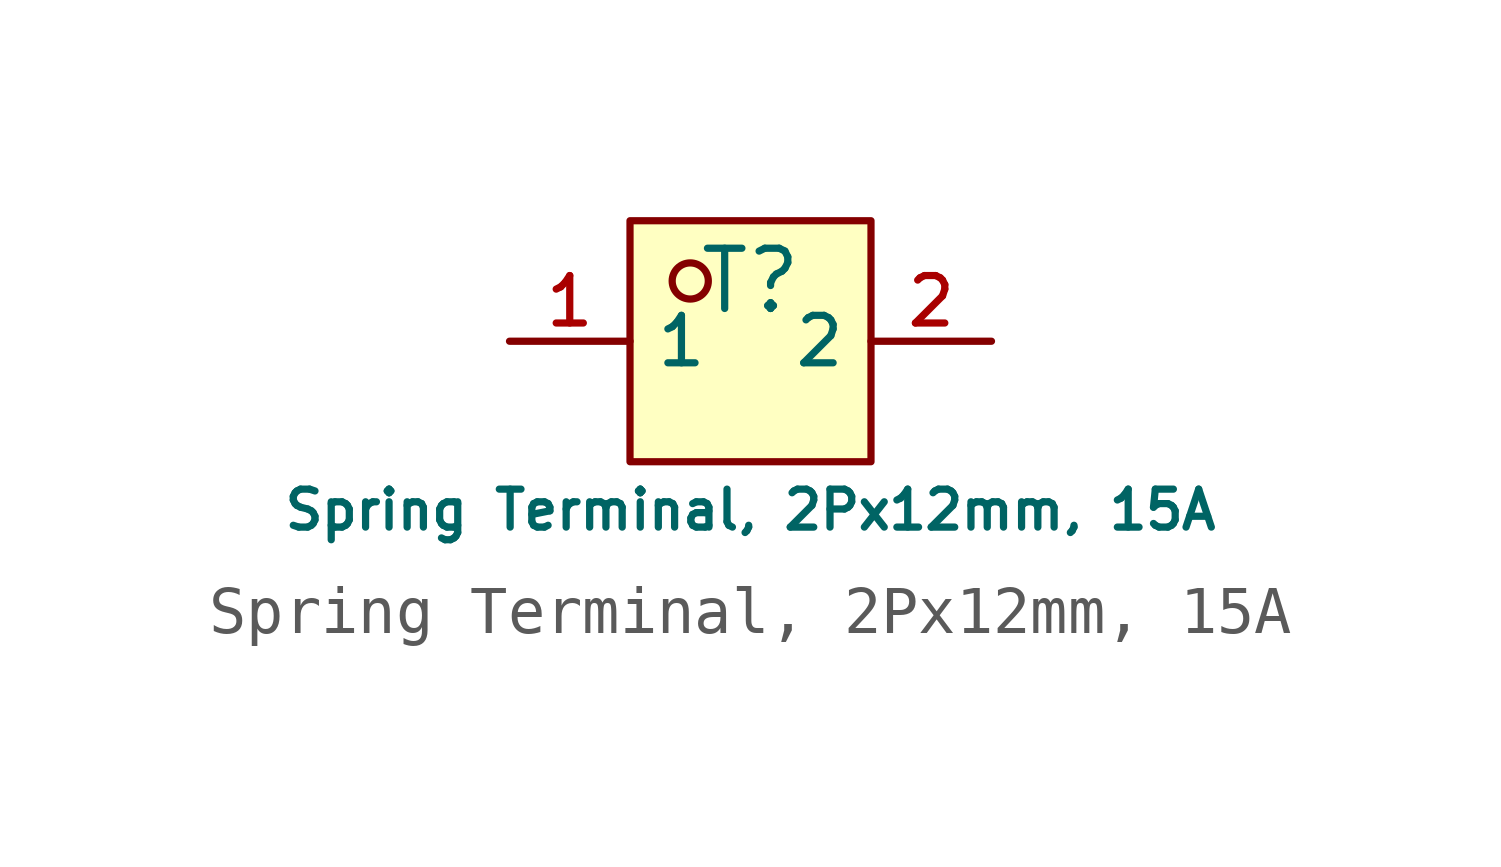
<source format=kicad_sym>
(kicad_symbol_lib
  (version 20231120)
  (generator "CDFER_Archive_Tool")
  (generator_version "0.0")
  (symbol "Spring Terminal, 2Px12mm, 15A"
    (property "Reference" "T"
      (at 0 1.27 0)
      (effects (font (size 1.27 1.27))))
    (property "Value" "Spring Terminal, 2Px12mm, 15A"
      (at 0 -3.556 0)
      (effects (font (size 0.8 0.8))))
    (symbol "Spring Terminal, 2Px12mm, 15A_0_1"
      (rectangle (start -2.54 2.54) (end 2.54 -2.54) (stroke (width 0) (type default)) (fill (type background)))
      (circle (center -1.27 1.27) (radius 0.381) (stroke (width 0) (type default)) (fill (type background)))
      (pin unspecified line (at -5.08 0 0) (length 2.54) (name "1" (effects (font (size 1 1)))) (number "1" (effects (font (size 1 1)))))
      (pin unspecified line (at 5.08 0 180) (length 2.54) (name "2" (effects (font (size 1 1)))) (number "2" (effects (font (size 1 1))))))))
</source>
